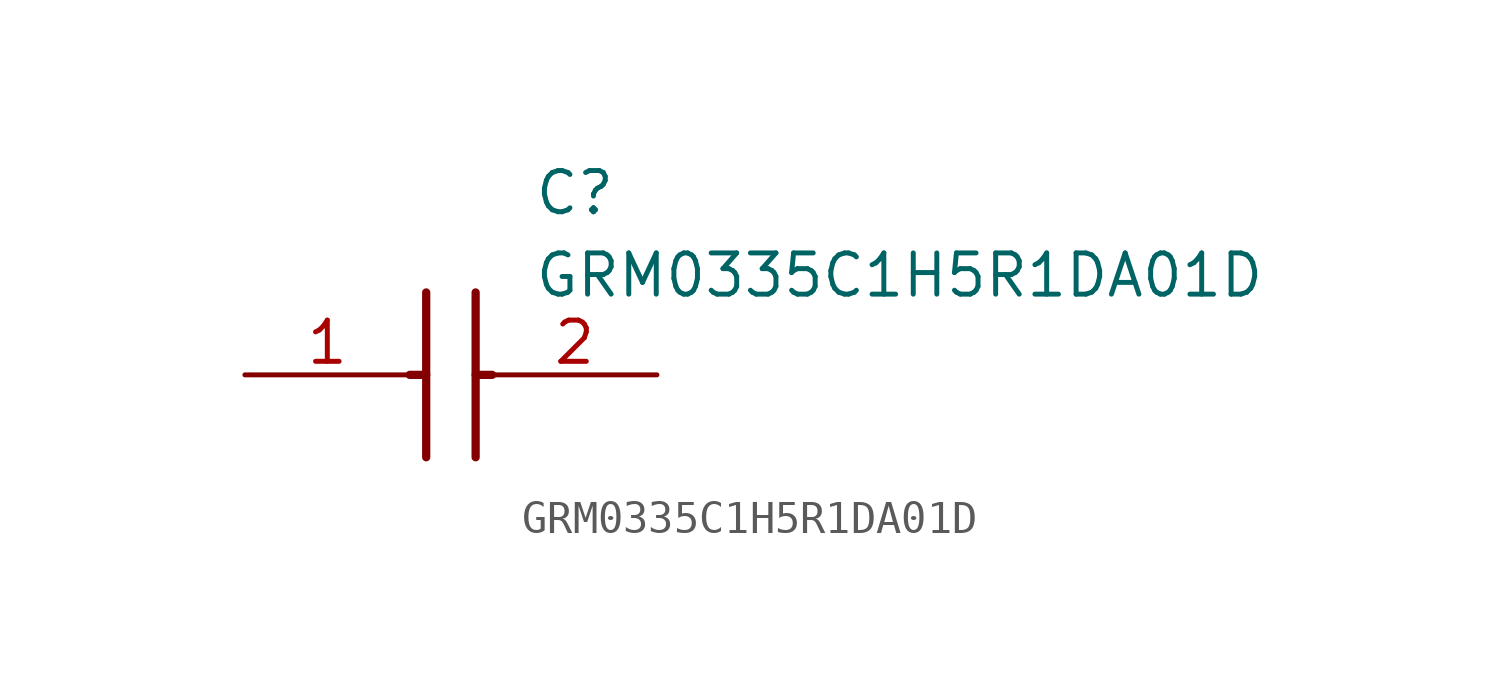
<source format=kicad_sym>
(kicad_symbol_lib
  (version 20211014)
  (generator SamacSys_ECAD_Model)
  (symbol "GRM0335C1H5R1DA01D"
    (pin_names hide)
    (property "Reference" "C"
      (at 8.89 6.35 0)
      (effects (font (size 1.27 1.27)) (justify left top)))
    (property "Value" "GRM0335C1H5R1DA01D"
      (at 8.89 3.81 0)
      (effects (font (size 1.27 1.27)) (justify left top)))
    (polyline
      (pts (xy 5.588 2.54) (xy 5.588 -2.54))
      (stroke (width 0.254) (type default))
      (fill (type none)))
    (polyline
      (pts (xy 7.112 2.54) (xy 7.112 -2.54))
      (stroke (width 0.254) (type default))
      (fill (type none)))
    (polyline
      (pts (xy 5.08 0) (xy 5.588 0))
      (stroke (width 0.254) (type default))
      (fill (type none)))
    (polyline
      (pts (xy 7.112 0) (xy 7.62 0))
      (stroke (width 0.254) (type default))
      (fill (type none)))
    (pin passive line
      (at 0 0 0)
      (length 5.08)
      (name "1" (effects (font (size 1.27 1.27))))
      (number "1" (effects (font (size 1.27 1.27)))))
    (pin passive line
      (at 12.7 0 180)
      (length 5.08)
      (name "2" (effects (font (size 1.27 1.27))))
      (number "2" (effects (font (size 1.27 1.27)))))))
</source>
